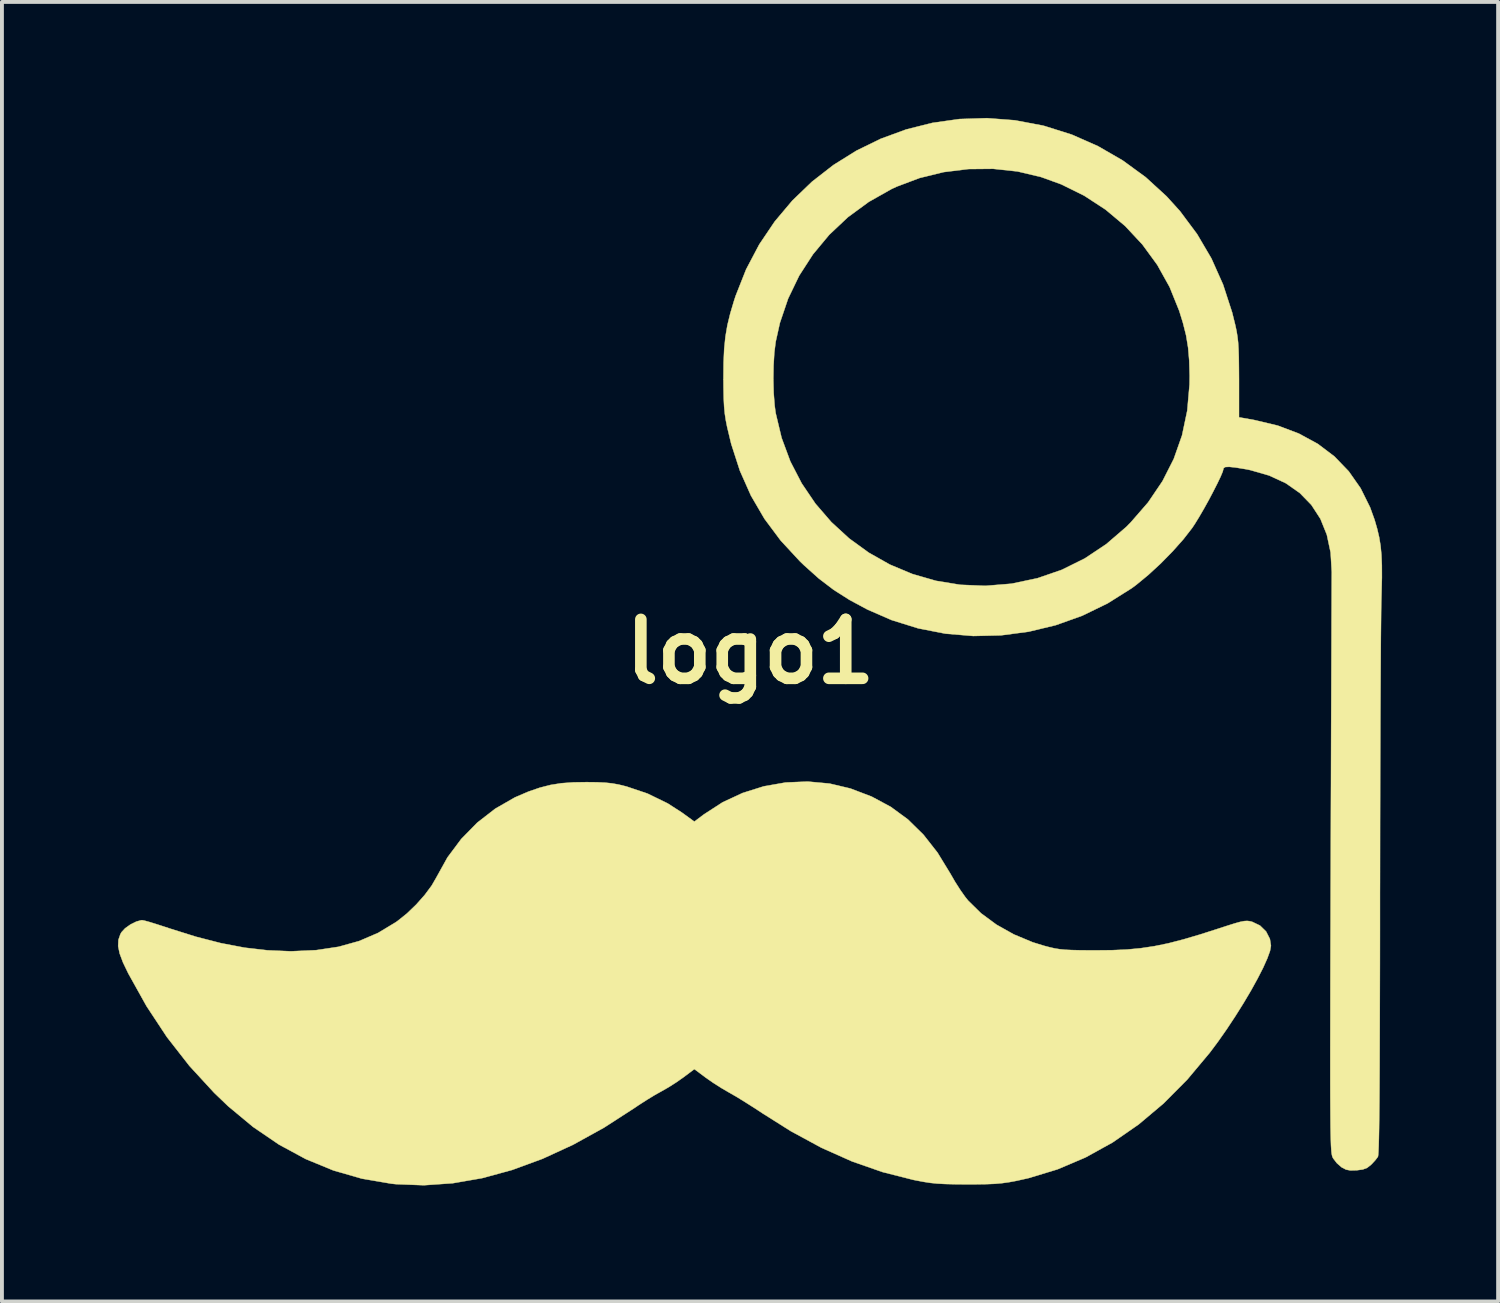
<source format=kicad_pcb>
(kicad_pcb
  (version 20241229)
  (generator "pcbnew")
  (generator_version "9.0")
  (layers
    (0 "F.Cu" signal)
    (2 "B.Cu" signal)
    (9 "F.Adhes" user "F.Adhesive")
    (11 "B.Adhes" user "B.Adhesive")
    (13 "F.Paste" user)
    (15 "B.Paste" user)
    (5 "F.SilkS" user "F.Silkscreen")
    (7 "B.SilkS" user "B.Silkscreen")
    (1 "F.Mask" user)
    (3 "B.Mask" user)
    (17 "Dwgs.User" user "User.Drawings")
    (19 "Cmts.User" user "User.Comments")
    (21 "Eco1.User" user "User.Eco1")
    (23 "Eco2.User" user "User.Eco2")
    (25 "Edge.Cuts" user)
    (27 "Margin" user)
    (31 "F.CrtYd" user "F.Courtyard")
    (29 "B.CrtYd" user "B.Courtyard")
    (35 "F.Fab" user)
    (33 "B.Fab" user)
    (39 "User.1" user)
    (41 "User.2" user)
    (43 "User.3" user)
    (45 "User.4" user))
  (footprint "logo1"
    (layer "F.Cu")
    (at 16.351 13.8)
    (property "Reference" "logo1" (at 0 0 0) (layer "F.SilkS") (effects (font (size 1.524 1.524) (thickness 0.3))))
    (attr through_hole)
    (fp_poly (pts (xy 2.05 3.411) (xy 2.587 3.538) (xy 3.136 3.747) (xy 3.63 4.012) (xy 4.076 4.339) (xy 4.477 4.733) (xy 4.841 5.197) (xy 5.171 5.737) (xy 5.178 5.749) (xy 5.297 5.955) (xy 5.43 6.163) (xy 5.558 6.344) (xy 5.632 6.436) (xy 5.965 6.764) (xy 6.365 7.059) (xy 6.816 7.312) (xy 7.303 7.515) (xy 7.602 7.607) (xy 7.748 7.645) (xy 7.876 7.674) (xy 8.003 7.694) (xy 8.144 7.708) (xy 8.316 7.716) (xy 8.535 7.721) (xy 8.817 7.723) (xy 8.932 7.723) (xy 9.356 7.719) (xy 9.739 7.702) (xy 10.097 7.668) (xy 10.449 7.615) (xy 10.81 7.541) (xy 11.2 7.44) (xy 11.634 7.312) (xy 12.074 7.171) (xy 12.333 7.087) (xy 12.526 7.026) (xy 12.667 6.987) (xy 12.769 6.967) (xy 12.847 6.962) (xy 12.914 6.97) (xy 12.976 6.985) (xy 13.179 7.082) (xy 13.336 7.235) (xy 13.435 7.429) (xy 13.462 7.604) (xy 13.438 7.739) (xy 13.368 7.932) (xy 13.26 8.173) (xy 13.117 8.453) (xy 12.947 8.761) (xy 12.753 9.088) (xy 12.543 9.423) (xy 12.322 9.758) (xy 12.095 10.082) (xy 11.879 10.371) (xy 11.298 11.065) (xy 10.684 11.683) (xy 10.04 12.225) (xy 9.367 12.691) (xy 8.667 13.078) (xy 7.942 13.386) (xy 7.193 13.613) (xy 6.879 13.683) (xy 6.69 13.718) (xy 6.512 13.743) (xy 6.325 13.76) (xy 6.109 13.769) (xy 5.845 13.773) (xy 5.588 13.774) (xy 5.281 13.771) (xy 5.037 13.765) (xy 4.836 13.754) (xy 4.656 13.736) (xy 4.476 13.708) (xy 4.275 13.67) (xy 4.212 13.657) (xy 3.419 13.456) (xy 2.631 13.181) (xy 1.842 12.829) (xy 1.047 12.398) (xy 0.325 11.943) (xy 0.104 11.798) (xy -0.123 11.654) (xy -0.333 11.524) (xy -0.504 11.425) (xy -0.541 11.404) (xy -0.742 11.287) (xy -0.961 11.148) (xy -1.152 11.015) (xy -1.156 11.012) (xy -1.447 10.794) (xy -1.729 11.006) (xy -1.913 11.135) (xy -2.121 11.267) (xy -2.307 11.373) (xy -2.475 11.467) (xy -2.678 11.591) (xy -2.885 11.724) (xy -2.985 11.792) (xy -3.784 12.308) (xy -4.582 12.749) (xy -5.375 13.114) (xy -6.16 13.402) (xy -6.934 13.613) (xy -7.695 13.745) (xy -8.439 13.797) (xy -9.164 13.769) (xy -9.285 13.756) (xy -10.044 13.626) (xy -10.781 13.414) (xy -11.495 13.12) (xy -12.188 12.745) (xy -12.857 12.289) (xy -13.502 11.753) (xy -13.864 11.406) (xy -14.504 10.71) (xy -15.084 9.967) (xy -15.612 9.167) (xy -16.082 8.324) (xy -16.22 8.038) (xy -16.307 7.805) (xy -16.346 7.614) (xy -16.339 7.452) (xy -16.288 7.305) (xy -16.26 7.255) (xy -16.167 7.154) (xy -16.028 7.055) (xy -15.875 6.979) (xy -15.742 6.943) (xy -15.727 6.943) (xy -15.661 6.956) (xy -15.531 6.992) (xy -15.353 7.047) (xy -15.143 7.115) (xy -15.026 7.154) (xy -14.331 7.372) (xy -13.686 7.538) (xy -13.076 7.654) (xy -12.486 7.722) (xy -11.902 7.747) (xy -11.857 7.747) (xy -11.224 7.718) (xy -10.646 7.631) (xy -10.115 7.483) (xy -9.624 7.272) (xy -9.165 6.995) (xy -9.123 6.965) (xy -8.879 6.77) (xy -8.638 6.538) (xy -8.419 6.291) (xy -8.238 6.047) (xy -8.125 5.851) (xy -7.831 5.321) (xy -7.474 4.843) (xy -7.06 4.421) (xy -6.596 4.061) (xy -6.088 3.769) (xy -5.741 3.62) (xy -5.445 3.518) (xy -5.169 3.447) (xy -4.888 3.402) (xy -4.574 3.379) (xy -4.233 3.374) (xy -3.963 3.377) (xy -3.752 3.387) (xy -3.575 3.406) (xy -3.406 3.436) (xy -3.219 3.482) (xy -3.209 3.484) (xy -2.657 3.67) (xy -2.136 3.924) (xy -1.771 4.159) (xy -1.447 4.394) (xy -1.2 4.208) (xy -0.718 3.896) (xy -0.198 3.654) (xy 0.349 3.482) (xy 0.914 3.383) (xy 1.484 3.359) (xy 2.05 3.411)) (stroke (width 0.01) (type solid)) (fill yes) (layer "F.SilkS"))
    (fp_poly (pts (xy 6.839 -13.74) (xy 7.561 -13.604) (xy 7.61 -13.591) (xy 8.314 -13.369) (xy 8.989 -13.071) (xy 9.628 -12.702) (xy 10.223 -12.268) (xy 10.764 -11.773) (xy 11.109 -11.392) (xy 11.552 -10.798) (xy 11.923 -10.167) (xy 12.224 -9.493) (xy 12.459 -8.77) (xy 12.542 -8.435) (xy 12.573 -8.288) (xy 12.596 -8.147) (xy 12.613 -7.999) (xy 12.624 -7.826) (xy 12.631 -7.613) (xy 12.634 -7.346) (xy 12.636 -7.041) (xy 12.636 -6.06) (xy 13.039 -5.988) (xy 13.639 -5.845) (xy 14.184 -5.639) (xy 14.673 -5.373) (xy 15.103 -5.048) (xy 15.473 -4.664) (xy 15.781 -4.225) (xy 16.026 -3.73) (xy 16.142 -3.408) (xy 16.209 -3.177) (xy 16.26 -2.96) (xy 16.296 -2.741) (xy 16.319 -2.505) (xy 16.33 -2.234) (xy 16.331 -1.915) (xy 16.322 -1.531) (xy 16.319 -1.418) (xy 16.315 -1.265) (xy 16.311 -1.033) (xy 16.308 -0.727) (xy 16.304 -0.352) (xy 16.301 0.086) (xy 16.298 0.581) (xy 16.295 1.128) (xy 16.292 1.722) (xy 16.29 2.358) (xy 16.287 3.029) (xy 16.286 3.731) (xy 16.284 4.458) (xy 16.283 5.205) (xy 16.282 5.966) (xy 16.281 6.265) (xy 16.281 7.209) (xy 16.28 8.071) (xy 16.278 8.853) (xy 16.276 9.559) (xy 16.274 10.191) (xy 16.272 10.752) (xy 16.269 11.245) (xy 16.266 11.672) (xy 16.262 12.037) (xy 16.258 12.341) (xy 16.253 12.588) (xy 16.248 12.78) (xy 16.242 12.92) (xy 16.236 13.011) (xy 16.229 13.056) (xy 16.228 13.06) (xy 16.166 13.143) (xy 16.073 13.245) (xy 16.048 13.269) (xy 15.949 13.347) (xy 15.838 13.389) (xy 15.68 13.41) (xy 15.674 13.41) (xy 15.516 13.414) (xy 15.405 13.393) (xy 15.301 13.34) (xy 15.282 13.327) (xy 15.165 13.224) (xy 15.07 13.1) (xy 15.06 13.08) (xy 15.05 13.058) (xy 15.042 13.029) (xy 15.034 12.99) (xy 15.027 12.935) (xy 15.021 12.862) (xy 15.015 12.767) (xy 15.011 12.645) (xy 15.007 12.494) (xy 15.003 12.309) (xy 15.001 12.087) (xy 14.999 11.823) (xy 14.997 11.514) (xy 14.996 11.157) (xy 14.996 10.747) (xy 14.996 10.28) (xy 14.997 9.753) (xy 14.998 9.162) (xy 14.999 8.503) (xy 15.001 7.773) (xy 15.004 6.967) (xy 15.006 6.082) (xy 15.008 5.673) (xy 15.01 4.887) (xy 15.012 4.12) (xy 15.015 3.376) (xy 15.017 2.66) (xy 15.019 1.976) (xy 15.022 1.329) (xy 15.024 0.724) (xy 15.026 0.165) (xy 15.028 -0.342) (xy 15.029 -0.794) (xy 15.031 -1.185) (xy 15.032 -1.51) (xy 15.033 -1.765) (xy 15.034 -1.946) (xy 15.035 -2.047) (xy 15.035 -2.053) (xy 15.005 -2.563) (xy 14.907 -3.024) (xy 14.741 -3.435) (xy 14.507 -3.795) (xy 14.208 -4.102) (xy 13.845 -4.356) (xy 13.418 -4.554) (xy 12.928 -4.695) (xy 12.785 -4.723) (xy 12.547 -4.762) (xy 12.382 -4.779) (xy 12.282 -4.774) (xy 12.238 -4.746) (xy 12.234 -4.728) (xy 12.214 -4.653) (xy 12.158 -4.52) (xy 12.073 -4.343) (xy 11.968 -4.137) (xy 11.851 -3.915) (xy 11.728 -3.694) (xy 11.607 -3.486) (xy 11.497 -3.307) (xy 11.424 -3.197) (xy 11.198 -2.906) (xy 10.92 -2.594) (xy 10.611 -2.279) (xy 10.292 -1.985) (xy 9.984 -1.731) (xy 9.863 -1.641) (xy 9.238 -1.248) (xy 8.581 -0.929) (xy 7.898 -0.685) (xy 7.196 -0.516) (xy 6.482 -0.422) (xy 5.764 -0.405) (xy 5.047 -0.465) (xy 4.34 -0.603) (xy 3.65 -0.818) (xy 3.027 -1.09) (xy 2.564 -1.339) (xy 2.155 -1.599) (xy 1.773 -1.89) (xy 1.391 -2.232) (xy 1.277 -2.342) (xy 0.784 -2.875) (xy 0.365 -3.437) (xy 0.016 -4.035) (xy -0.269 -4.677) (xy -0.494 -5.372) (xy -0.599 -5.809) (xy -0.634 -5.986) (xy -0.66 -6.156) (xy -0.677 -6.337) (xy -0.688 -6.549) (xy -0.693 -6.811) (xy -0.695 -7.042) (xy 0.595 -7.042) (xy 0.604 -6.688) (xy 0.629 -6.367) (xy 0.655 -6.172) (xy 0.809 -5.528) (xy 1.035 -4.919) (xy 1.329 -4.351) (xy 1.684 -3.827) (xy 2.095 -3.351) (xy 2.557 -2.927) (xy 3.064 -2.559) (xy 3.61 -2.251) (xy 4.19 -2.008) (xy 4.799 -1.832) (xy 5.429 -1.729) (xy 6.077 -1.702) (xy 6.737 -1.756) (xy 6.766 -1.76) (xy 7.428 -1.9) (xy 8.056 -2.117) (xy 8.649 -2.411) (xy 9.203 -2.78) (xy 9.717 -3.222) (xy 9.835 -3.341) (xy 10.286 -3.86) (xy 10.657 -4.408) (xy 10.949 -4.984) (xy 11.163 -5.592) (xy 11.298 -6.233) (xy 11.357 -6.908) (xy 11.36 -7.133) (xy 11.349 -7.524) (xy 11.32 -7.863) (xy 11.268 -8.179) (xy 11.186 -8.504) (xy 11.09 -8.814) (xy 10.842 -9.428) (xy 10.522 -10.002) (xy 10.136 -10.53) (xy 9.689 -11.008) (xy 9.187 -11.429) (xy 8.634 -11.79) (xy 8.037 -12.085) (xy 7.517 -12.273) (xy 6.909 -12.417) (xy 6.279 -12.485) (xy 5.638 -12.479) (xy 5 -12.4) (xy 4.378 -12.248) (xy 3.786 -12.025) (xy 3.652 -11.963) (xy 3.061 -11.629) (xy 2.522 -11.233) (xy 2.041 -10.78) (xy 1.62 -10.274) (xy 1.264 -9.723) (xy 0.978 -9.13) (xy 0.765 -8.502) (xy 0.656 -8.013) (xy 0.621 -7.734) (xy 0.601 -7.4) (xy 0.595 -7.042) (xy -0.695 -7.042) (xy -0.695 -7.07) (xy -0.691 -7.483) (xy -0.675 -7.834) (xy -0.643 -8.146) (xy -0.593 -8.44) (xy -0.52 -8.74) (xy -0.423 -9.067) (xy -0.38 -9.199) (xy -0.108 -9.886) (xy 0.231 -10.529) (xy 0.631 -11.122) (xy 1.088 -11.665) (xy 1.596 -12.153) (xy 2.15 -12.584) (xy 2.743 -12.954) (xy 3.371 -13.261) (xy 4.028 -13.502) (xy 4.709 -13.673) (xy 5.408 -13.772) (xy 6.12 -13.795) (xy 6.839 -13.74)) (stroke (width 0.01) (type solid)) (fill yes) (layer "F.SilkS")))
  (gr_rect
    (start -3 -3)
    (end 35.687 30.602)
    (stroke (width 0.1) (type default))
    (fill no)
    (layer "Edge.Cuts")))
</source>
